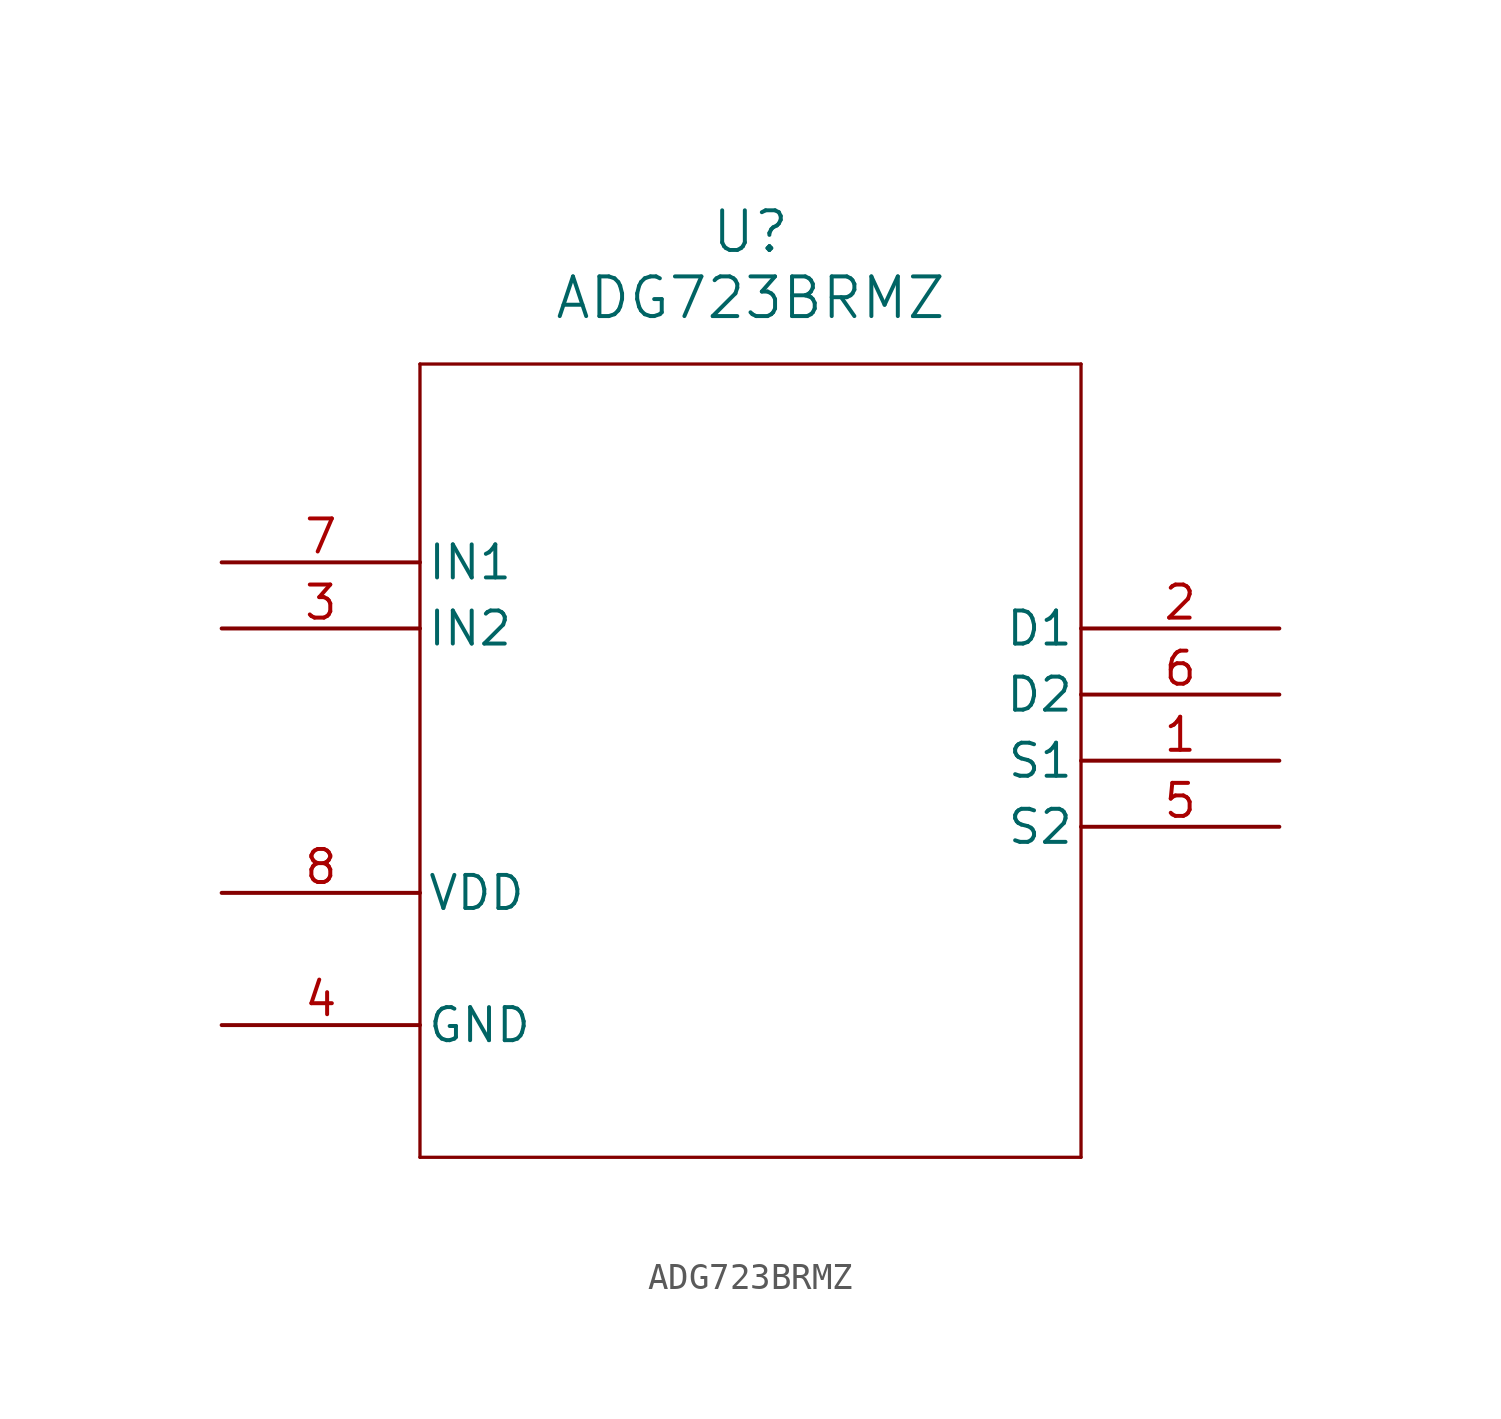
<source format=kicad_sym>
(kicad_symbol_lib
  (version 20211014)
  (generator kicad_symbol_editor)
  (symbol "ADG723BRMZ"
    (pin_names
      (offset 0.254))
    (property "Reference" "U"
      (at 20.32 12.7 0)
      (effects (font (size 1.524 1.524))))
    (property "Value" "ADG723BRMZ"
      (at 20.32 10.16 0)
      (effects (font (size 1.524 1.524))))
    (symbol "ADG723BRMZ_0_1"
      (polyline (pts (xy 7.62 7.62) (xy 7.62 -22.86)) (stroke (width 0.127) (type default) (color 0 0 0 0)) (fill (type none)))
      (polyline (pts (xy 7.62 -22.86) (xy 33.02 -22.86)) (stroke (width 0.127) (type default) (color 0 0 0 0)) (fill (type none)))
      (polyline (pts (xy 33.02 -22.86) (xy 33.02 7.62)) (stroke (width 0.127) (type default) (color 0 0 0 0)) (fill (type none)))
      (polyline (pts (xy 33.02 7.62) (xy 7.62 7.62)) (stroke (width 0.127) (type default) (color 0 0 0 0)) (fill (type none)))
      (pin unspecified line (at 40.64 -7.62 180) (length 7.62) (name "S1" (effects (font (size 1.27 1.27)))) (number "1" (effects (font (size 1.27 1.27)))))
      (pin unspecified line (at 40.64 -2.54 180) (length 7.62) (name "D1" (effects (font (size 1.27 1.27)))) (number "2" (effects (font (size 1.27 1.27)))))
      (pin unspecified line (at 0 -2.54 0) (length 7.62) (name "IN2" (effects (font (size 1.27 1.27)))) (number "3" (effects (font (size 1.27 1.27)))))
      (pin unspecified line (at 0 -17.78 0) (length 7.62) (name "GND" (effects (font (size 1.27 1.27)))) (number "4" (effects (font (size 1.27 1.27)))))
      (pin unspecified line (at 40.64 -10.16 180) (length 7.62) (name "S2" (effects (font (size 1.27 1.27)))) (number "5" (effects (font (size 1.27 1.27)))))
      (pin unspecified line (at 40.64 -5.08 180) (length 7.62) (name "D2" (effects (font (size 1.27 1.27)))) (number "6" (effects (font (size 1.27 1.27)))))
      (pin unspecified line (at 0 0 0) (length 7.62) (name "IN1" (effects (font (size 1.27 1.27)))) (number "7" (effects (font (size 1.27 1.27)))))
      (pin power_in line (at 0 -12.7 0) (length 7.62) (name "VDD" (effects (font (size 1.27 1.27)))) (number "8" (effects (font (size 1.27 1.27))))))))
</source>
